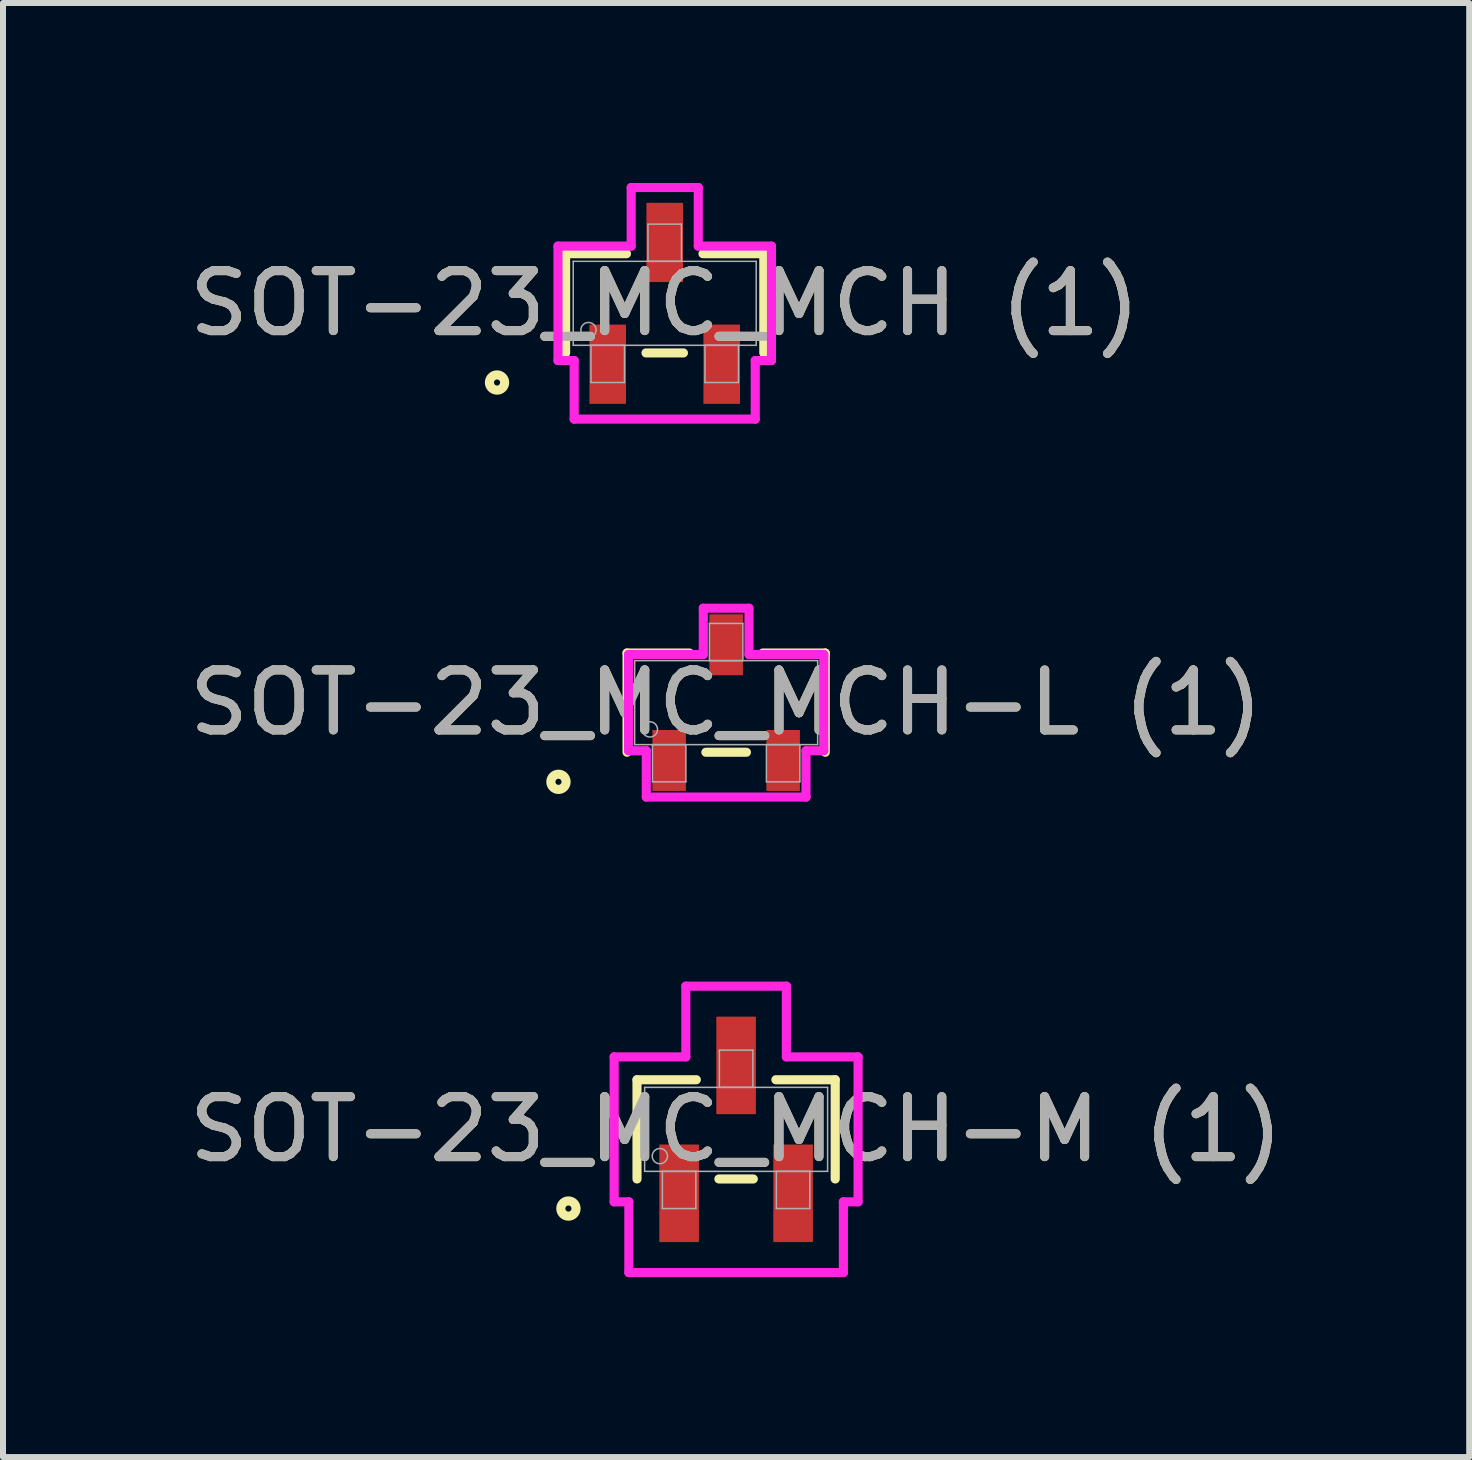
<source format=kicad_pcb>
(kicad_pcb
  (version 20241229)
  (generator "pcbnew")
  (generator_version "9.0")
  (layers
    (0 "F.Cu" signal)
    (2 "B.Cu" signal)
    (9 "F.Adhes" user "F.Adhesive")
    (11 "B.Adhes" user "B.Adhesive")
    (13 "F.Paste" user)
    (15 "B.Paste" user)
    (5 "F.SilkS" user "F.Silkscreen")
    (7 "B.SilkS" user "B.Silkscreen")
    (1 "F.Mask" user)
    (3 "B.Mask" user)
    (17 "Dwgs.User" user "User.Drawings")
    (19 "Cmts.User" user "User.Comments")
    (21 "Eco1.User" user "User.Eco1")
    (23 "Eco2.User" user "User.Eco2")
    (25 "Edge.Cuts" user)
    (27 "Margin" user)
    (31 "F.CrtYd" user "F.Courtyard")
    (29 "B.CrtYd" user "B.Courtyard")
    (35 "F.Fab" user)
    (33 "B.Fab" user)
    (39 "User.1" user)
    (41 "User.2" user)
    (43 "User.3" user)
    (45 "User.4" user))
  (footprint "SOT-23_MC_MCH (1)"
    (layer "F.Cu")
    (at 8.03 2.006)
    (property "Reference" "SOT-23_MC_MCH (1)" (at 0 0 0) (unlocked yes) (layer "F.SilkS") (effects (font (size 1 1) (thickness 0.15))))
    (attr smd)
    (fp_line (start -1.652 -0.827) (end -1.652 0.827) (stroke (width 0.152) (type solid)) (layer "F.SilkS"))
    (fp_line (start -0.638 -0.827) (end -1.652 -0.827) (stroke (width 0.152) (type solid)) (layer "F.SilkS"))
    (fp_line (start -0.312 0.827) (end 0.312 0.827) (stroke (width 0.152) (type solid)) (layer "F.SilkS"))
    (fp_line (start 1.652 -0.827) (end 0.638 -0.827) (stroke (width 0.152) (type solid)) (layer "F.SilkS"))
    (fp_line (start 1.652 0.827) (end 1.652 -0.827) (stroke (width 0.152) (type solid)) (layer "F.SilkS"))
    (fp_circle (center -2.795 1.32) (end -2.668 1.32) (stroke (width 0.152) (type solid)) (fill no) (layer "F.SilkS"))
    (fp_line (start -1.779 -0.954) (end -0.559 -0.954) (stroke (width 0.152) (type solid)) (layer "F.CrtYd"))
    (fp_line (start -1.779 0.954) (end -1.779 -0.954) (stroke (width 0.152) (type solid)) (layer "F.CrtYd"))
    (fp_line (start -1.779 0.954) (end -1.509 0.954) (stroke (width 0.152) (type solid)) (layer "F.CrtYd"))
    (fp_line (start -1.509 0.954) (end -1.509 1.93) (stroke (width 0.152) (type solid)) (layer "F.CrtYd"))
    (fp_line (start -1.509 1.93) (end 1.509 1.93) (stroke (width 0.152) (type solid)) (layer "F.CrtYd"))
    (fp_line (start -0.559 -1.93) (end 0.559 -1.93) (stroke (width 0.152) (type solid)) (layer "F.CrtYd"))
    (fp_line (start -0.559 -0.954) (end -0.559 -1.93) (stroke (width 0.152) (type solid)) (layer "F.CrtYd"))
    (fp_line (start 0.559 -0.954) (end 0.559 -1.93) (stroke (width 0.152) (type solid)) (layer "F.CrtYd"))
    (fp_line (start 1.509 0.954) (end 1.509 1.93) (stroke (width 0.152) (type solid)) (layer "F.CrtYd"))
    (fp_line (start 1.779 -0.954) (end 0.559 -0.954) (stroke (width 0.152) (type solid)) (layer "F.CrtYd"))
    (fp_line (start 1.779 -0.954) (end 1.779 0.954) (stroke (width 0.152) (type solid)) (layer "F.CrtYd"))
    (fp_line (start 1.779 0.954) (end 1.509 0.954) (stroke (width 0.152) (type solid)) (layer "F.CrtYd"))
    (fp_line (start -1.525 -0.7) (end -1.525 0.7) (stroke (width 0.025) (type solid)) (layer "F.Fab"))
    (fp_line (start -1.525 0.7) (end 1.525 0.7) (stroke (width 0.025) (type solid)) (layer "F.Fab"))
    (fp_line (start -1.229 0.7) (end -1.229 1.32) (stroke (width 0.025) (type solid)) (layer "F.Fab"))
    (fp_line (start -1.229 1.32) (end -0.671 1.32) (stroke (width 0.025) (type solid)) (layer "F.Fab"))
    (fp_line (start -0.671 0.7) (end -1.229 0.7) (stroke (width 0.025) (type solid)) (layer "F.Fab"))
    (fp_line (start -0.671 1.32) (end -0.671 0.7) (stroke (width 0.025) (type solid)) (layer "F.Fab"))
    (fp_line (start -0.279 -1.32) (end -0.279 -0.7) (stroke (width 0.025) (type solid)) (layer "F.Fab"))
    (fp_line (start -0.279 -0.7) (end 0.279 -0.7) (stroke (width 0.025) (type solid)) (layer "F.Fab"))
    (fp_line (start 0.279 -1.32) (end -0.279 -1.32) (stroke (width 0.025) (type solid)) (layer "F.Fab"))
    (fp_line (start 0.279 -0.7) (end 0.279 -1.32) (stroke (width 0.025) (type solid)) (layer "F.Fab"))
    (fp_line (start 0.671 0.7) (end 0.671 1.32) (stroke (width 0.025) (type solid)) (layer "F.Fab"))
    (fp_line (start 0.671 1.32) (end 1.229 1.32) (stroke (width 0.025) (type solid)) (layer "F.Fab"))
    (fp_line (start 1.229 0.7) (end 0.671 0.7) (stroke (width 0.025) (type solid)) (layer "F.Fab"))
    (fp_line (start 1.229 1.32) (end 1.229 0.7) (stroke (width 0.025) (type solid)) (layer "F.Fab"))
    (fp_line (start 1.525 -0.7) (end -1.525 -0.7) (stroke (width 0.025) (type solid)) (layer "F.Fab"))
    (fp_line (start 1.525 0.7) (end 1.525 -0.7) (stroke (width 0.025) (type solid)) (layer "F.Fab"))
    (fp_circle (center -1.271 0.446) (end -1.144 0.446) (stroke (width 0.025) (type solid)) (fill no) (layer "F.Fab"))
    (fp_text user "${REFERENCE}" (at 0 0 0) (unlocked yes) (layer "F.Fab") (effects (font (size 1 1) (thickness 0.15))))
    (pad "1" smd rect (at -0.95 1.015) (size 0.61 1.321) (layers "F.Cu" "F.Mask" "F.Paste"))
    (pad "2" smd rect (at 0.95 1.015) (size 0.61 1.321) (layers "F.Cu" "F.Mask" "F.Paste"))
    (pad "3" smd rect (at 0 -1.015) (size 0.61 1.321) (layers "F.Cu" "F.Mask" "F.Paste")))
  (footprint "SOT-23_MC_MCH-M (1)"
    (layer "F.Cu")
    (at 9.22 15.775)
    (property "Reference" "SOT-23_MC_MCH-M (1)" (at 0 0 0) (unlocked yes) (layer "F.SilkS") (effects (font (size 1 1) (thickness 0.15))))
    (attr smd)
    (fp_line (start -1.652 -0.827) (end -1.652 0.827) (stroke (width 0.152) (type solid)) (layer "F.SilkS"))
    (fp_line (start -0.663 -0.827) (end -1.652 -0.827) (stroke (width 0.152) (type solid)) (layer "F.SilkS"))
    (fp_line (start -0.287 0.827) (end 0.287 0.827) (stroke (width 0.152) (type solid)) (layer "F.SilkS"))
    (fp_line (start 1.652 -0.827) (end 0.663 -0.827) (stroke (width 0.152) (type solid)) (layer "F.SilkS"))
    (fp_line (start 1.652 0.827) (end 1.652 -0.827) (stroke (width 0.152) (type solid)) (layer "F.SilkS"))
    (fp_circle (center -2.795 1.32) (end -2.668 1.32) (stroke (width 0.152) (type solid)) (fill no) (layer "F.SilkS"))
    (fp_line (start -2.033 -1.208) (end -0.838 -1.208) (stroke (width 0.152) (type solid)) (layer "F.CrtYd"))
    (fp_line (start -2.033 1.208) (end -2.033 -1.208) (stroke (width 0.152) (type solid)) (layer "F.CrtYd"))
    (fp_line (start -2.033 1.208) (end -1.788 1.208) (stroke (width 0.152) (type solid)) (layer "F.CrtYd"))
    (fp_line (start -1.788 1.208) (end -1.788 2.387) (stroke (width 0.152) (type solid)) (layer "F.CrtYd"))
    (fp_line (start -1.788 2.387) (end 1.788 2.387) (stroke (width 0.152) (type solid)) (layer "F.CrtYd"))
    (fp_line (start -0.838 -2.387) (end 0.838 -2.387) (stroke (width 0.152) (type solid)) (layer "F.CrtYd"))
    (fp_line (start -0.838 -1.208) (end -0.838 -2.387) (stroke (width 0.152) (type solid)) (layer "F.CrtYd"))
    (fp_line (start 0.838 -1.208) (end 0.838 -2.387) (stroke (width 0.152) (type solid)) (layer "F.CrtYd"))
    (fp_line (start 1.788 1.208) (end 1.788 2.387) (stroke (width 0.152) (type solid)) (layer "F.CrtYd"))
    (fp_line (start 2.033 -1.208) (end 0.838 -1.208) (stroke (width 0.152) (type solid)) (layer "F.CrtYd"))
    (fp_line (start 2.033 -1.208) (end 2.033 1.208) (stroke (width 0.152) (type solid)) (layer "F.CrtYd"))
    (fp_line (start 2.033 1.208) (end 1.788 1.208) (stroke (width 0.152) (type solid)) (layer "F.CrtYd"))
    (fp_line (start -1.525 -0.7) (end -1.525 0.7) (stroke (width 0.025) (type solid)) (layer "F.Fab"))
    (fp_line (start -1.525 0.7) (end 1.525 0.7) (stroke (width 0.025) (type solid)) (layer "F.Fab"))
    (fp_line (start -1.229 0.7) (end -1.229 1.32) (stroke (width 0.025) (type solid)) (layer "F.Fab"))
    (fp_line (start -1.229 1.32) (end -0.671 1.32) (stroke (width 0.025) (type solid)) (layer "F.Fab"))
    (fp_line (start -0.671 0.7) (end -1.229 0.7) (stroke (width 0.025) (type solid)) (layer "F.Fab"))
    (fp_line (start -0.671 1.32) (end -0.671 0.7) (stroke (width 0.025) (type solid)) (layer "F.Fab"))
    (fp_line (start -0.279 -1.32) (end -0.279 -0.7) (stroke (width 0.025) (type solid)) (layer "F.Fab"))
    (fp_line (start -0.279 -0.7) (end 0.279 -0.7) (stroke (width 0.025) (type solid)) (layer "F.Fab"))
    (fp_line (start 0.279 -1.32) (end -0.279 -1.32) (stroke (width 0.025) (type solid)) (layer "F.Fab"))
    (fp_line (start 0.279 -0.7) (end 0.279 -1.32) (stroke (width 0.025) (type solid)) (layer "F.Fab"))
    (fp_line (start 0.671 0.7) (end 0.671 1.32) (stroke (width 0.025) (type solid)) (layer "F.Fab"))
    (fp_line (start 0.671 1.32) (end 1.229 1.32) (stroke (width 0.025) (type solid)) (layer "F.Fab"))
    (fp_line (start 1.229 0.7) (end 0.671 0.7) (stroke (width 0.025) (type solid)) (layer "F.Fab"))
    (fp_line (start 1.229 1.32) (end 1.229 0.7) (stroke (width 0.025) (type solid)) (layer "F.Fab"))
    (fp_line (start 1.525 -0.7) (end -1.525 -0.7) (stroke (width 0.025) (type solid)) (layer "F.Fab"))
    (fp_line (start 1.525 0.7) (end 1.525 -0.7) (stroke (width 0.025) (type solid)) (layer "F.Fab"))
    (fp_circle (center -1.271 0.446) (end -1.144 0.446) (stroke (width 0.025) (type solid)) (fill no) (layer "F.Fab"))
    (fp_text user "${REFERENCE}" (at 0 0 0) (unlocked yes) (layer "F.Fab") (effects (font (size 1 1) (thickness 0.15))))
    (pad "1" smd rect (at -0.95 1.066) (size 0.66 1.626) (layers "F.Cu" "F.Mask" "F.Paste"))
    (pad "2" smd rect (at 0.95 1.066) (size 0.66 1.626) (layers "F.Cu" "F.Mask" "F.Paste"))
    (pad "3" smd rect (at 0 -1.066) (size 0.66 1.626) (layers "F.Cu" "F.Mask" "F.Paste")))
  (footprint "SOT-23_MC_MCH-L (1)"
    (layer "F.Cu")
    (at 9.054 8.662)
    (property "Reference" "SOT-23_MC_MCH-L (1)" (at 0 0 0) (unlocked yes) (layer "F.SilkS") (effects (font (size 1 1) (thickness 0.15))))
    (attr smd)
    (fp_line (start -1.652 -0.827) (end -1.652 0.827) (stroke (width 0.152) (type solid)) (layer "F.SilkS"))
    (fp_line (start -0.612 -0.827) (end -1.652 -0.827) (stroke (width 0.152) (type solid)) (layer "F.SilkS"))
    (fp_line (start -0.338 0.827) (end 0.338 0.827) (stroke (width 0.152) (type solid)) (layer "F.SilkS"))
    (fp_line (start 1.652 -0.827) (end 0.612 -0.827) (stroke (width 0.152) (type solid)) (layer "F.SilkS"))
    (fp_line (start 1.652 0.827) (end 1.652 -0.827) (stroke (width 0.152) (type solid)) (layer "F.SilkS"))
    (fp_circle (center -2.795 1.32) (end -2.668 1.32) (stroke (width 0.152) (type solid)) (fill no) (layer "F.SilkS"))
    (fp_line (start -1.627 -0.802) (end -0.381 -0.802) (stroke (width 0.152) (type solid)) (layer "F.CrtYd"))
    (fp_line (start -1.627 0.802) (end -1.627 -0.802) (stroke (width 0.152) (type solid)) (layer "F.CrtYd"))
    (fp_line (start -1.627 0.802) (end -1.331 0.802) (stroke (width 0.152) (type solid)) (layer "F.CrtYd"))
    (fp_line (start -1.331 0.802) (end -1.331 1.574) (stroke (width 0.152) (type solid)) (layer "F.CrtYd"))
    (fp_line (start -1.331 1.574) (end 1.331 1.574) (stroke (width 0.152) (type solid)) (layer "F.CrtYd"))
    (fp_line (start -0.381 -1.574) (end 0.381 -1.574) (stroke (width 0.152) (type solid)) (layer "F.CrtYd"))
    (fp_line (start -0.381 -0.802) (end -0.381 -1.574) (stroke (width 0.152) (type solid)) (layer "F.CrtYd"))
    (fp_line (start 0.381 -0.802) (end 0.381 -1.574) (stroke (width 0.152) (type solid)) (layer "F.CrtYd"))
    (fp_line (start 1.331 0.802) (end 1.331 1.574) (stroke (width 0.152) (type solid)) (layer "F.CrtYd"))
    (fp_line (start 1.627 -0.802) (end 0.381 -0.802) (stroke (width 0.152) (type solid)) (layer "F.CrtYd"))
    (fp_line (start 1.627 -0.802) (end 1.627 0.802) (stroke (width 0.152) (type solid)) (layer "F.CrtYd"))
    (fp_line (start 1.627 0.802) (end 1.331 0.802) (stroke (width 0.152) (type solid)) (layer "F.CrtYd"))
    (fp_line (start -1.525 -0.7) (end -1.525 0.7) (stroke (width 0.025) (type solid)) (layer "F.Fab"))
    (fp_line (start -1.525 0.7) (end 1.525 0.7) (stroke (width 0.025) (type solid)) (layer "F.Fab"))
    (fp_line (start -1.229 0.7) (end -1.229 1.32) (stroke (width 0.025) (type solid)) (layer "F.Fab"))
    (fp_line (start -1.229 1.32) (end -0.671 1.32) (stroke (width 0.025) (type solid)) (layer "F.Fab"))
    (fp_line (start -0.671 0.7) (end -1.229 0.7) (stroke (width 0.025) (type solid)) (layer "F.Fab"))
    (fp_line (start -0.671 1.32) (end -0.671 0.7) (stroke (width 0.025) (type solid)) (layer "F.Fab"))
    (fp_line (start -0.279 -1.32) (end -0.279 -0.7) (stroke (width 0.025) (type solid)) (layer "F.Fab"))
    (fp_line (start -0.279 -0.7) (end 0.279 -0.7) (stroke (width 0.025) (type solid)) (layer "F.Fab"))
    (fp_line (start 0.279 -1.32) (end -0.279 -1.32) (stroke (width 0.025) (type solid)) (layer "F.Fab"))
    (fp_line (start 0.279 -0.7) (end 0.279 -1.32) (stroke (width 0.025) (type solid)) (layer "F.Fab"))
    (fp_line (start 0.671 0.7) (end 0.671 1.32) (stroke (width 0.025) (type solid)) (layer "F.Fab"))
    (fp_line (start 0.671 1.32) (end 1.229 1.32) (stroke (width 0.025) (type solid)) (layer "F.Fab"))
    (fp_line (start 1.229 0.7) (end 0.671 0.7) (stroke (width 0.025) (type solid)) (layer "F.Fab"))
    (fp_line (start 1.229 1.32) (end 1.229 0.7) (stroke (width 0.025) (type solid)) (layer "F.Fab"))
    (fp_line (start 1.525 -0.7) (end -1.525 -0.7) (stroke (width 0.025) (type solid)) (layer "F.Fab"))
    (fp_line (start 1.525 0.7) (end 1.525 -0.7) (stroke (width 0.025) (type solid)) (layer "F.Fab"))
    (fp_circle (center -1.271 0.446) (end -1.144 0.446) (stroke (width 0.025) (type solid)) (fill no) (layer "F.Fab"))
    (fp_text user "${REFERENCE}" (at 0 0 0) (unlocked yes) (layer "F.Fab") (effects (font (size 1 1) (thickness 0.15))))
    (pad "1" smd rect (at -0.95 0.964) (size 0.559 1.016) (layers "F.Cu" "F.Mask" "F.Paste"))
    (pad "2" smd rect (at 0.95 0.964) (size 0.559 1.016) (layers "F.Cu" "F.Mask" "F.Paste"))
    (pad "3" smd rect (at 0 -0.964) (size 0.559 1.016) (layers "F.Cu" "F.Mask" "F.Paste")))
  (gr_rect
    (start -3 -3)
    (end 21.44 21.238)
    (stroke (width 0.1) (type default))
    (fill no)
    (layer "Edge.Cuts")))
</source>
